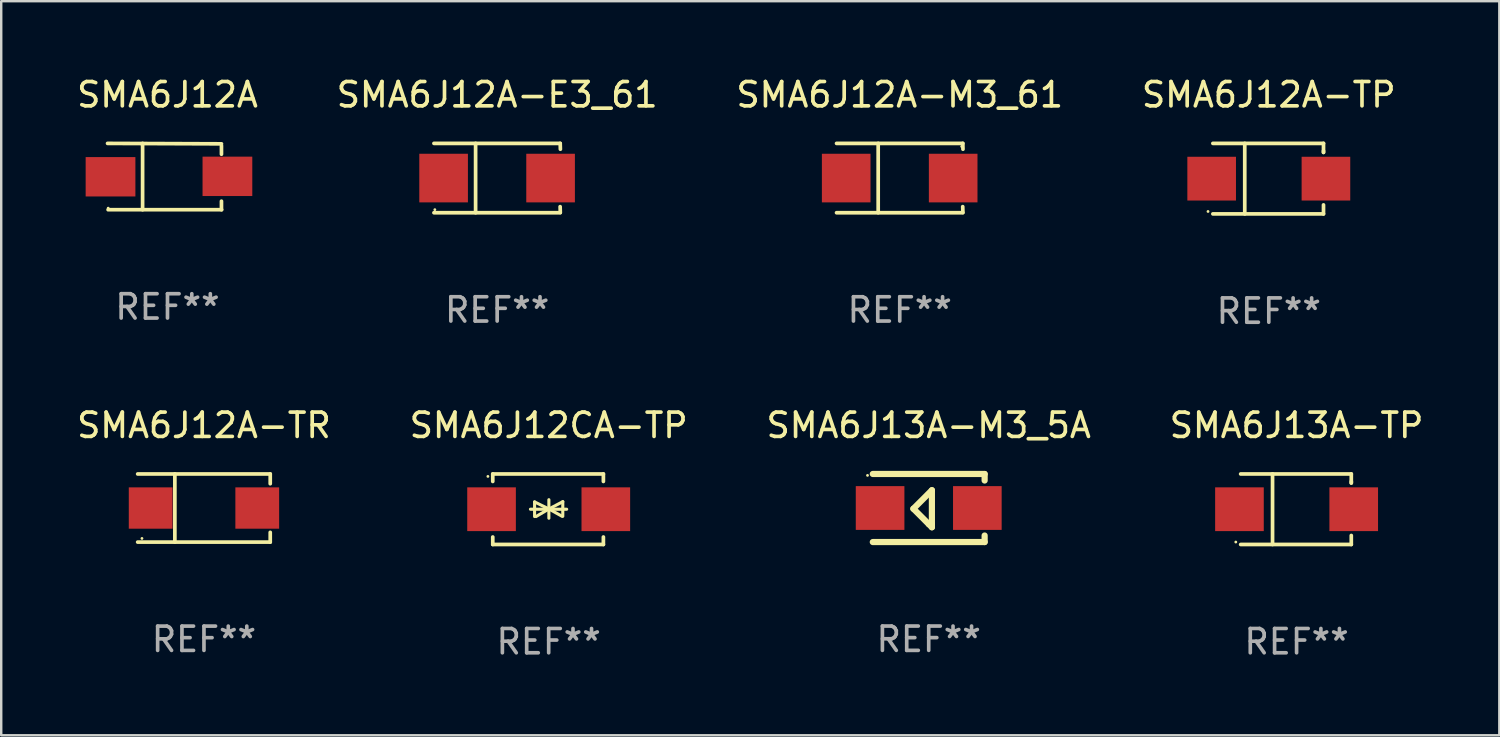
<source format=kicad_pcb>
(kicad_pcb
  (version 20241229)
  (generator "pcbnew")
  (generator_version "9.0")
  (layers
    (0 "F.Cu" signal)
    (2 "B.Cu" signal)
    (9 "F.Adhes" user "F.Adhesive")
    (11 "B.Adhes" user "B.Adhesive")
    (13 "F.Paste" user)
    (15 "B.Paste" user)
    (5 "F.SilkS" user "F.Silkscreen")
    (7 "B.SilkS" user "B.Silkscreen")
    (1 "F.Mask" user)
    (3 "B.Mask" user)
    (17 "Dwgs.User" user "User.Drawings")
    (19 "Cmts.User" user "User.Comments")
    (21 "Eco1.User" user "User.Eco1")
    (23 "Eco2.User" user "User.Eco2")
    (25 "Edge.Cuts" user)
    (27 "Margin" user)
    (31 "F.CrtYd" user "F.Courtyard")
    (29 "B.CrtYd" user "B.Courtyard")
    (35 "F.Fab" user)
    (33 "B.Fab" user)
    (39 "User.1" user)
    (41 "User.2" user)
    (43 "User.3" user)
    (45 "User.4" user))
  (footprint "SMA6J12A-TP"
    (layer "F.Cu")
    (at 49.137 4.298)
    (property "Reference" "SMA6J12A-TP" (at 0 -3.45 0) (layer "F.SilkS") (effects (font (size 1 1) (thickness 0.15))))
    (attr through_hole)
    (fp_line (start -2.3 -1.45) (end 2.25 -1.45) (stroke (width 0.152) (type solid)) (layer "F.SilkS"))
    (fp_line (start -0.989 -1.45) (end -0.989 1.45) (stroke (width 0.152) (type solid)) (layer "F.SilkS"))
    (fp_line (start 2.25 -1.45) (end 2.25 -1.08) (stroke (width 0.152) (type solid)) (layer "F.SilkS"))
    (fp_line (start 2.25 -1.08) (end 2.25 -1.142) (stroke (width 0.152) (type solid)) (layer "F.SilkS"))
    (fp_line (start 2.25 1.45) (end -2.3 1.45) (stroke (width 0.152) (type solid)) (layer "F.SilkS"))
    (fp_line (start 2.25 1.45) (end 2.25 1.08) (stroke (width 0.152) (type solid)) (layer "F.SilkS"))
    (fp_circle (center -2.5 1.35) (end -2.47 1.35) (stroke (width 0.06) (type solid)) (fill no) (layer "F.SilkS"))
    (fp_text user "REF**" (at 0 5.45 0) (layer "F.Fab") (effects (font (size 1 1) (thickness 0.15))))
    (pad "1" smd rect (at -2.35 0.000025) (size 2 1.8) (layers "F.Cu" "F.Mask" "F.Paste"))
    (pad "2" smd rect (at 2.35 0.000025) (size 2 1.8) (layers "F.Cu" "F.Mask" "F.Paste")))
  (footprint "SMA6J13A-TP"
    (layer "F.Cu")
    (at 50.28 17.895)
    (property "Reference" "SMA6J13A-TP" (at 0 -3.45 0) (layer "F.SilkS") (effects (font (size 1 1) (thickness 0.15))))
    (attr through_hole)
    (fp_line (start -2.3 -1.45) (end 2.25 -1.45) (stroke (width 0.152) (type solid)) (layer "F.SilkS"))
    (fp_line (start -0.989 -1.45) (end -0.989 1.45) (stroke (width 0.152) (type solid)) (layer "F.SilkS"))
    (fp_line (start 2.25 -1.45) (end 2.25 -1.08) (stroke (width 0.152) (type solid)) (layer "F.SilkS"))
    (fp_line (start 2.25 -1.08) (end 2.25 -1.142) (stroke (width 0.152) (type solid)) (layer "F.SilkS"))
    (fp_line (start 2.25 1.45) (end -2.3 1.45) (stroke (width 0.152) (type solid)) (layer "F.SilkS"))
    (fp_line (start 2.25 1.45) (end 2.25 1.08) (stroke (width 0.152) (type solid)) (layer "F.SilkS"))
    (fp_circle (center -2.5 1.35) (end -2.47 1.35) (stroke (width 0.06) (type solid)) (fill no) (layer "F.SilkS"))
    (fp_text user "REF**" (at 0 5.45 0) (layer "F.Fab") (effects (font (size 1 1) (thickness 0.15))))
    (pad "1" smd rect (at -2.35 0.000025) (size 2 1.8) (layers "F.Cu" "F.Mask" "F.Paste"))
    (pad "2" smd rect (at 2.35 0.000025) (size 2 1.8) (layers "F.Cu" "F.Mask" "F.Paste")))
  (footprint "SMA6J12A-M3_61"
    (layer "F.Cu")
    (at 33.958 4.274)
    (property "Reference" "SMA6J12A-M3_61" (at 0 -3.426 0) (layer "F.SilkS") (effects (font (size 1 1) (thickness 0.15))))
    (attr through_hole)
    (fp_line (start -2.6 -1.426) (end 2.593 -1.426) (stroke (width 0.152) (type solid)) (layer "F.SilkS"))
    (fp_line (start -2.6 1.426) (end 2.593 1.426) (stroke (width 0.152) (type solid)) (layer "F.SilkS"))
    (fp_line (start -0.887 -1.426) (end -0.887 1.426) (stroke (width 0.152) (type solid)) (layer "F.SilkS"))
    (fp_line (start 2.59 1.176) (end 2.597 1.415) (stroke (width 0.152) (type solid)) (layer "F.SilkS"))
    (fp_line (start 2.593 -1.426) (end 2.6 -1.187) (stroke (width 0.152) (type solid)) (layer "F.SilkS"))
    (fp_circle (center 2.547 -1.3) (end 2.577 -1.3) (stroke (width 0.06) (type solid)) (fill no) (layer "F.SilkS"))
    (fp_text user "REF**" (at 0 5.426 0) (layer "F.Fab") (effects (font (size 1 1) (thickness 0.15))))
    (pad "1" smd rect (at 2.197 -0.000025 180) (size 2 2) (layers "F.Cu" "F.Mask" "F.Paste"))
    (pad "2" smd rect (at -2.203 -0.000025 180) (size 2 2) (layers "F.Cu" "F.Mask" "F.Paste")))
  (footprint "SMA6J12CA-TP"
    (layer "F.Cu")
    (at 19.518 17.895)
    (property "Reference" "SMA6J12CA-TP" (at 0 -3.45 0) (layer "F.SilkS") (effects (font (size 1 1) (thickness 0.15))))
    (attr through_hole)
    (fp_line (start -2.3 -1.45) (end -2.3 -1.143) (stroke (width 0.152) (type solid)) (layer "F.SilkS"))
    (fp_line (start -2.3 -1.45) (end 2.25 -1.45) (stroke (width 0.152) (type solid)) (layer "F.SilkS"))
    (fp_line (start -2.3 1.45) (end -2.3 1.143) (stroke (width 0.152) (type solid)) (layer "F.SilkS"))
    (fp_line (start -0.75 0.000025) (end 0.74 0.000025) (stroke (width 0.127) (type solid)) (layer "F.SilkS"))
    (fp_line (start -0.58 -0.3) (end -0.58 0.3) (stroke (width 0.127) (type solid)) (layer "F.SilkS"))
    (fp_line (start -0.58 -0.3) (end 0.008 -0.011) (stroke (width 0.127) (type solid)) (layer "F.SilkS"))
    (fp_line (start -0.52 0.3) (end 0.008 -0.011) (stroke (width 0.127) (type solid)) (layer "F.SilkS"))
    (fp_line (start 0.008 -0.011) (end 0.008 -0.392) (stroke (width 0.127) (type solid)) (layer "F.SilkS"))
    (fp_line (start 0.008 -0.011) (end 0.008 0.37) (stroke (width 0.127) (type solid)) (layer "F.SilkS"))
    (fp_line (start 0.55 0.29) (end 0.008 -0.011) (stroke (width 0.127) (type solid)) (layer "F.SilkS"))
    (fp_line (start 0.58 -0.31) (end 0.008 -0.011) (stroke (width 0.127) (type solid)) (layer "F.SilkS"))
    (fp_line (start 0.58 -0.31) (end 0.58 0.29) (stroke (width 0.127) (type solid)) (layer "F.SilkS"))
    (fp_line (start 2.25 -1.45) (end 2.25 -1.143) (stroke (width 0.152) (type solid)) (layer "F.SilkS"))
    (fp_line (start 2.25 1.45) (end -2.3 1.45) (stroke (width 0.152) (type solid)) (layer "F.SilkS"))
    (fp_line (start 2.25 1.45) (end 2.25 1.143) (stroke (width 0.152) (type solid)) (layer "F.SilkS"))
    (fp_circle (center -2.5 -1.35) (end -2.47 -1.35) (stroke (width 0.06) (type solid)) (fill no) (layer "F.SilkS"))
    (fp_text user "REF**" (at 0 5.45 0) (layer "F.Fab") (effects (font (size 1 1) (thickness 0.15))))
    (pad "1" smd rect (at -2.35 -0.000025) (size 2 1.8) (layers "F.Cu" "F.Mask" "F.Paste"))
    (pad "2" smd rect (at 2.35 -0.000025) (size 2 1.8) (layers "F.Cu" "F.Mask" "F.Paste")))
  (footprint "SMA6J13A-M3_5A"
    (layer "F.Cu")
    (at 35.149 17.845)
    (property "Reference" "SMA6J13A-M3_5A" (at 0 -3.4 0) (layer "F.SilkS") (effects (font (size 1 1) (thickness 0.15))))
    (attr through_hole)
    (fp_line (start -2.3 -1.4) (end 2.3 -1.4) (stroke (width 0.254) (type solid)) (layer "F.SilkS"))
    (fp_line (start -2.3 1.4) (end 2.3 1.4) (stroke (width 0.254) (type solid)) (layer "F.SilkS"))
    (fp_line (start -0.631 0.03) (end 0.131 -0.732) (stroke (width 0.254) (type solid)) (layer "F.SilkS"))
    (fp_line (start 0.004 0.665) (end -0.631 0.03) (stroke (width 0.254) (type solid)) (layer "F.SilkS"))
    (fp_line (start 0.131 -0.732) (end 0.131 0.665) (stroke (width 0.254) (type solid)) (layer "F.SilkS"))
    (fp_line (start 0.131 0.665) (end 0.131 0.792) (stroke (width 0.254) (type solid)) (layer "F.SilkS"))
    (fp_line (start 0.131 0.792) (end 0.004 0.665) (stroke (width 0.254) (type solid)) (layer "F.SilkS"))
    (fp_line (start 2.3 -1.4) (end 2.3 -1.131) (stroke (width 0.254) (type solid)) (layer "F.SilkS"))
    (fp_line (start 2.3 1.131) (end 2.3 1.4) (stroke (width 0.254) (type solid)) (layer "F.SilkS"))
    (fp_circle (center -2.517 -1.342) (end -2.487 -1.342) (stroke (width 0.06) (type solid)) (fill no) (layer "F.SilkS"))
    (fp_text user "REF**" (at 0 5.4 0) (layer "F.Fab") (effects (font (size 1 1) (thickness 0.15))))
    (pad "1" smd rect (at -2 -0.000127) (size 2 1.8) (layers "F.Cu" "F.Mask" "F.Paste"))
    (pad "2" smd rect (at 2 -0.000127) (size 2 1.8) (layers "F.Cu" "F.Mask" "F.Paste")))
  (footprint "SMA6J12A"
    (layer "F.Cu")
    (at 3.839 4.212)
    (property "Reference" "SMA6J12A" (at 0 -3.364 0) (layer "F.SilkS") (effects (font (size 1 1) (thickness 0.15))))
    (attr through_hole)
    (fp_line (start -2.465 -1.364) (end 2.22 -1.346) (stroke (width 0.152) (type solid)) (layer "F.SilkS"))
    (fp_line (start -2.442 1.364) (end 2.226 1.364) (stroke (width 0.152) (type solid)) (layer "F.SilkS"))
    (fp_line (start -1.024 -1.364) (end -1.024 1.364) (stroke (width 0.152) (type solid)) (layer "F.SilkS"))
    (fp_line (start 2.22 -1.27) (end 2.22 -0.919) (stroke (width 0.152) (type solid)) (layer "F.SilkS"))
    (fp_line (start 2.22 1.364) (end 2.22 1.013) (stroke (width 0.152) (type solid)) (layer "F.SilkS"))
    (fp_circle (center -2.439 1.3) (end -2.409 1.3) (stroke (width 0.06) (type solid)) (fill no) (layer "F.SilkS"))
    (fp_text user "REF**" (at 0 5.364 0) (layer "F.Fab") (effects (font (size 1 1) (thickness 0.15))))
    (pad "1" smd rect (at -2.343 0.009) (size 2.046 1.62) (layers "F.Cu" "F.Mask" "F.Paste"))
    (pad "2" smd rect (at 2.465 -0.009 180) (size 2.046 1.62) (layers "F.Cu" "F.Mask" "F.Paste")))
  (footprint "SMA6J12A-TR"
    (layer "F.Cu")
    (at 5.339 17.846)
    (property "Reference" "SMA6J12A-TR" (at 0 -3.401 0) (layer "F.SilkS") (effects (font (size 1 1) (thickness 0.15))))
    (attr through_hole)
    (fp_line (start -2.726 -1.401) (end 2.726 -1.401) (stroke (width 0.152) (type solid)) (layer "F.SilkS"))
    (fp_line (start -2.726 1.401) (end 2.726 1.401) (stroke (width 0.152) (type solid)) (layer "F.SilkS"))
    (fp_line (start -1.197 -1.401) (end -1.197 1.401) (stroke (width 0.152) (type solid)) (layer "F.SilkS"))
    (fp_line (start 2.726 -1.401) (end 2.726 -1) (stroke (width 0.152) (type solid)) (layer "F.SilkS"))
    (fp_line (start 2.726 1.401) (end 2.726 1) (stroke (width 0.152) (type solid)) (layer "F.SilkS"))
    (fp_circle (center -2.55 1.25) (end -2.52 1.25) (stroke (width 0.06) (type solid)) (fill no) (layer "F.SilkS"))
    (fp_text user "REF**" (at 0 5.401 0) (layer "F.Fab") (effects (font (size 1 1) (thickness 0.15))))
    (pad "1" smd rect (at -2.192 0) (size 1.8 1.7) (layers "F.Cu" "F.Mask" "F.Paste"))
    (pad "2" smd rect (at 2.192 0) (size 1.8 1.7) (layers "F.Cu" "F.Mask" "F.Paste")))
  (footprint "SMA6J12A-E3_61"
    (layer "F.Cu")
    (at 17.399 4.274)
    (property "Reference" "SMA6J12A-E3_61" (at 0 -3.426 0) (layer "F.SilkS") (effects (font (size 1 1) (thickness 0.15))))
    (attr through_hole)
    (fp_line (start -2.6 -1.426) (end 2.593 -1.426) (stroke (width 0.152) (type solid)) (layer "F.SilkS"))
    (fp_line (start -2.6 1.426) (end 2.593 1.426) (stroke (width 0.152) (type solid)) (layer "F.SilkS"))
    (fp_line (start -0.887 -1.426) (end -0.887 1.426) (stroke (width 0.152) (type solid)) (layer "F.SilkS"))
    (fp_line (start 2.59 1.176) (end 2.597 1.415) (stroke (width 0.152) (type solid)) (layer "F.SilkS"))
    (fp_line (start 2.593 -1.426) (end 2.6 -1.187) (stroke (width 0.152) (type solid)) (layer "F.SilkS"))
    (fp_circle (center -2.563 1.3) (end -2.533 1.3) (stroke (width 0.06) (type solid)) (fill no) (layer "F.SilkS"))
    (fp_text user "REF**" (at 0 5.426 0) (layer "F.Fab") (effects (font (size 1 1) (thickness 0.15))))
    (pad "1" smd rect (at -2.203 -0.000025 180) (size 2 2) (layers "F.Cu" "F.Mask" "F.Paste"))
    (pad "2" smd rect (at 2.197 -0.000025 180) (size 2 2) (layers "F.Cu" "F.Mask" "F.Paste")))
  (gr_rect
    (start -3 -3)
    (end 58.619 27.193)
    (stroke (width 0.1) (type default))
    (fill no)
    (layer "Edge.Cuts")))
</source>
